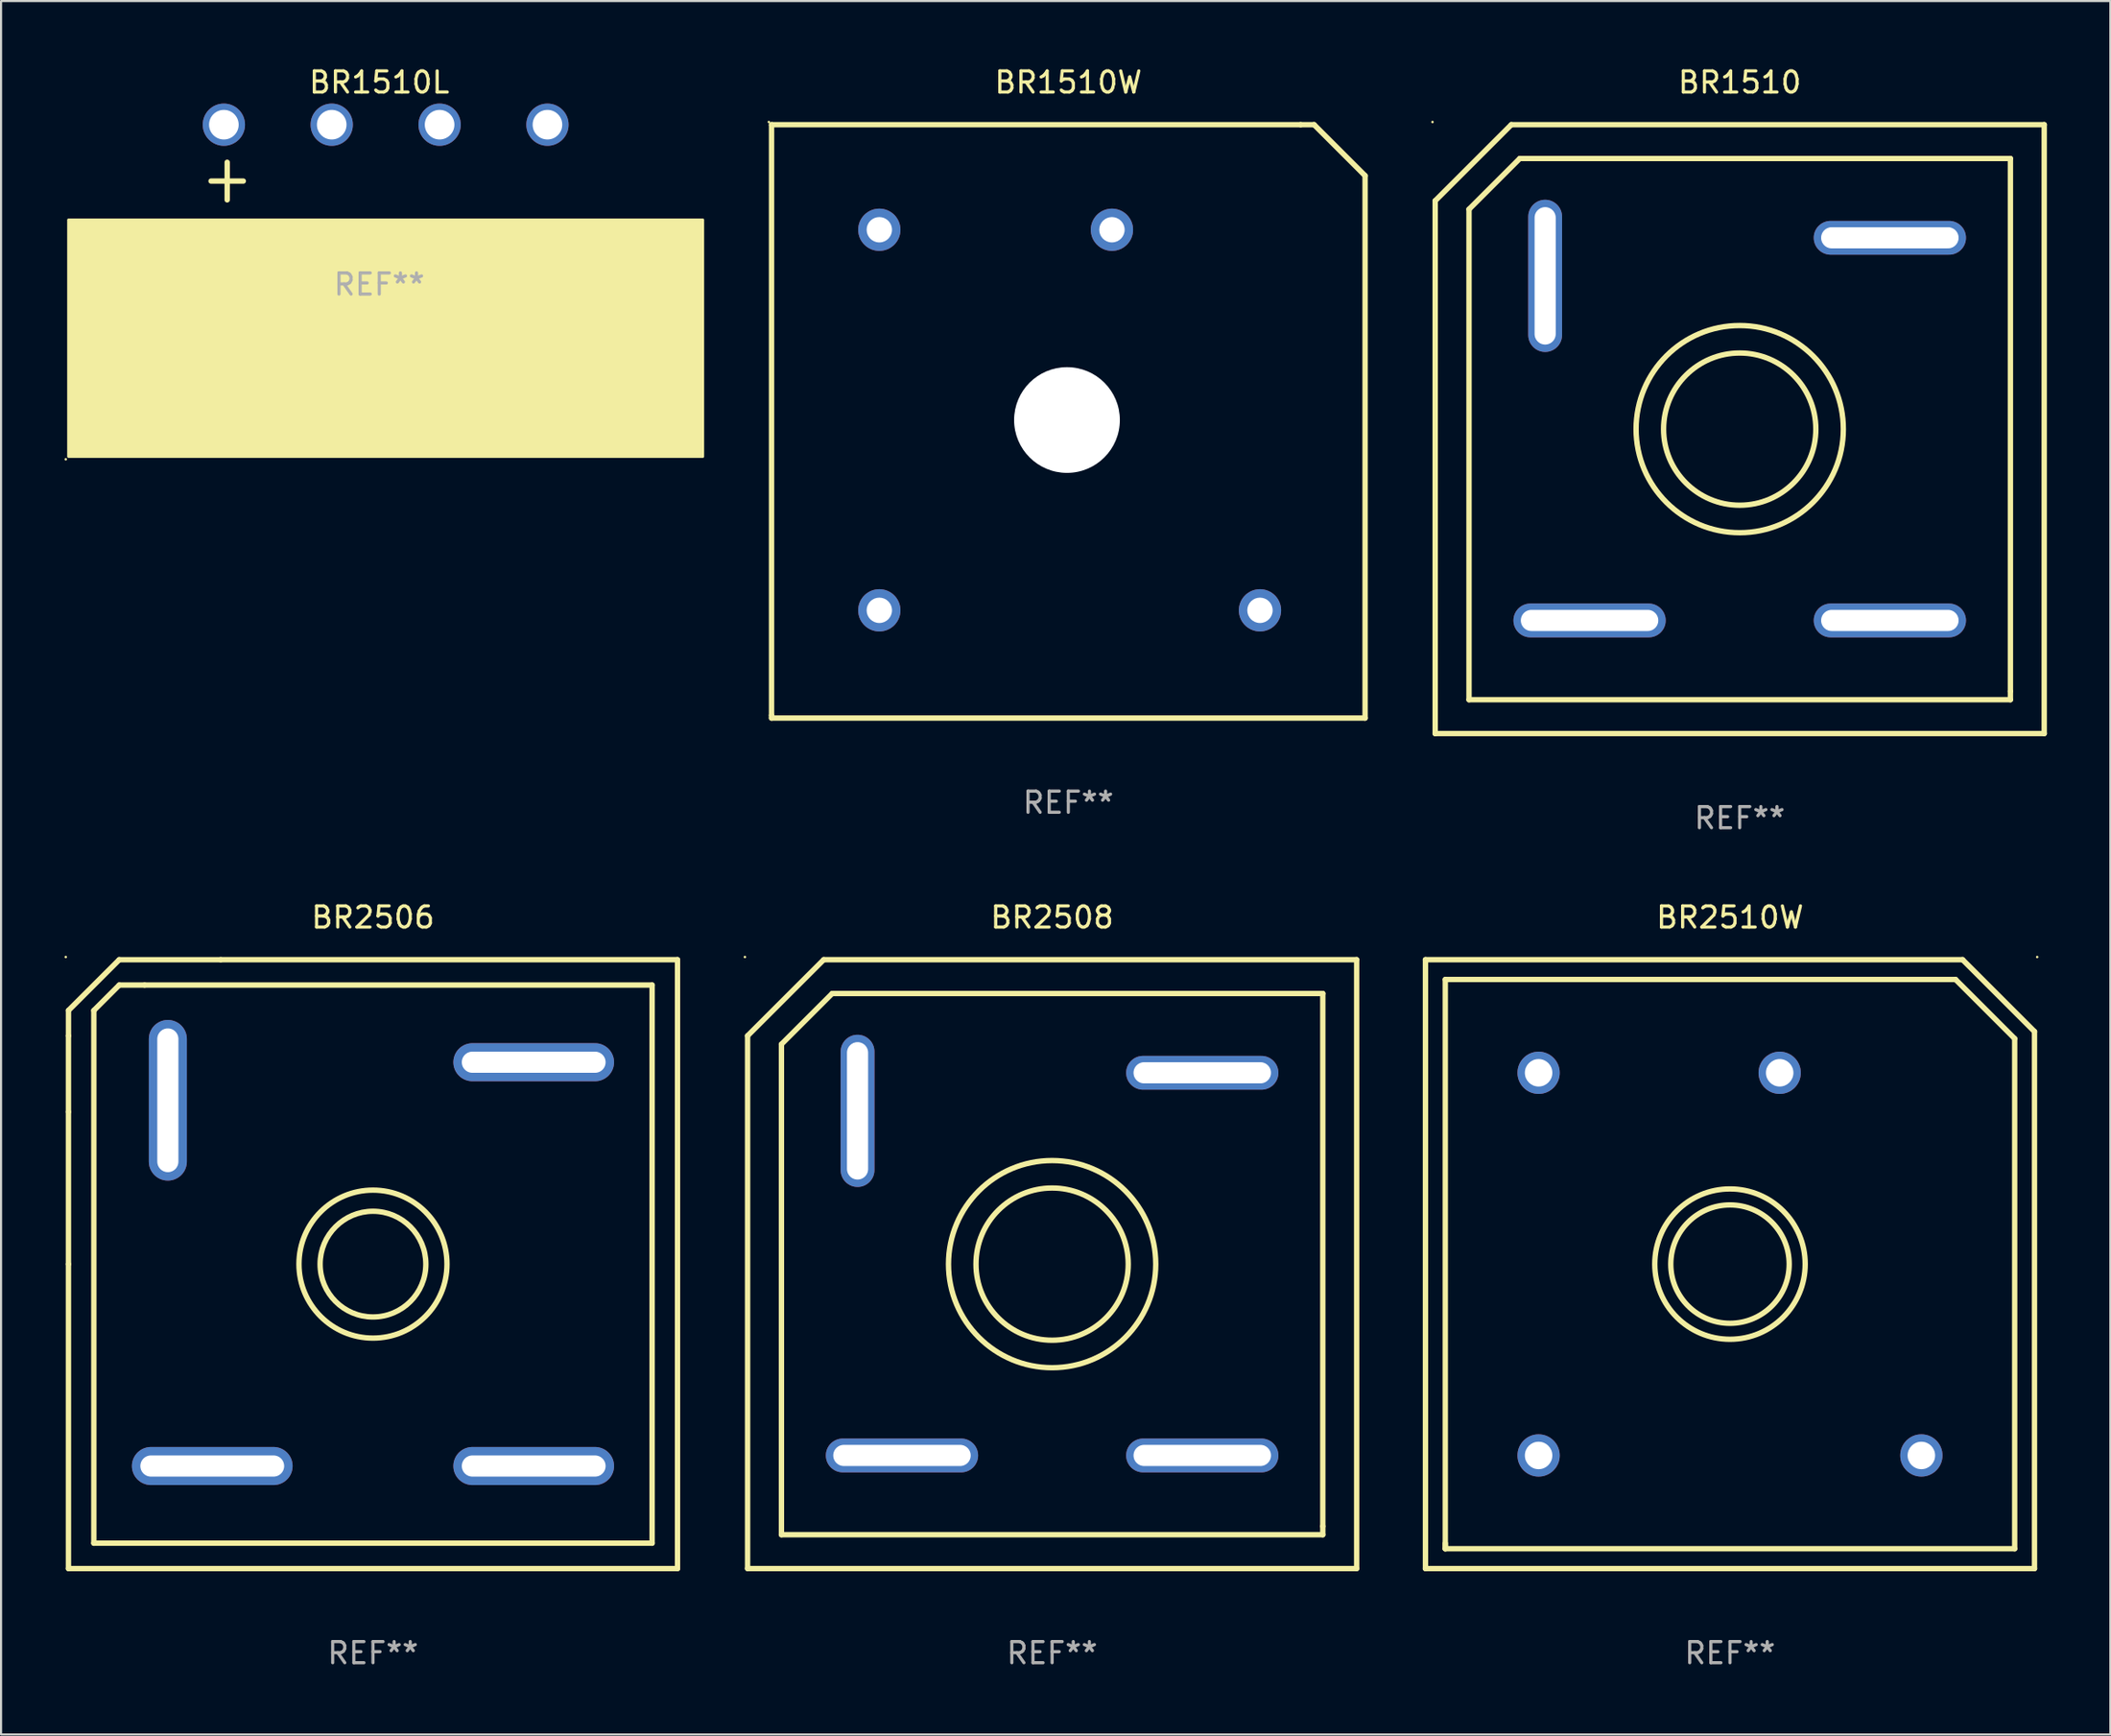
<source format=kicad_pcb>
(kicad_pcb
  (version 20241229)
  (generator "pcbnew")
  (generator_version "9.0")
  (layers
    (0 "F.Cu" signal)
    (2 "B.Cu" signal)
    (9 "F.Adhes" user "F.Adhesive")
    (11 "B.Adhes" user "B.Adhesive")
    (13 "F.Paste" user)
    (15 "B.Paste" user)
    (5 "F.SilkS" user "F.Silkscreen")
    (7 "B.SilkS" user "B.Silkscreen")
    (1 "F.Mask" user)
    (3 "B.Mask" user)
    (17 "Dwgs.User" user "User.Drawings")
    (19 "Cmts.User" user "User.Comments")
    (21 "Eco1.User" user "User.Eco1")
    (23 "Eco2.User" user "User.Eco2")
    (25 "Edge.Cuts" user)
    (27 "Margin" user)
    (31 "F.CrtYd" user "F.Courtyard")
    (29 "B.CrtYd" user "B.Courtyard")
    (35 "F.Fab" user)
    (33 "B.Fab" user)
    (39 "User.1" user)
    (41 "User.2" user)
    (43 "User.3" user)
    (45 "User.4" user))
  (footprint "BR1510L"
    (layer "F.Cu")
    (at 14.884 4.626)
    (property "Reference" "BR1510L" (at 0 -3.778 0) (layer "F.SilkS") (effects (font (size 1 1) (thickness 0.15))))
    (attr through_hole)
    (fp_line (start -7.953 0.889) (end -6.429 0.889) (stroke (width 0.254) (type solid)) (layer "F.SilkS"))
    (fp_line (start -7.191 0) (end -7.191 1.778) (stroke (width 0.254) (type solid)) (layer "F.SilkS"))
    (fp_circle (center -14.824 14.049) (end -14.794 14.049) (stroke (width 0.06) (type solid)) (fill no) (layer "F.SilkS"))
    (fp_poly (pts (xy -14.697 2.722) (xy 15.303 2.722) (xy 15.303 13.922) (xy -14.697 13.922)) (stroke (width 0.12) (type solid)) (fill yes) (layer "F.SilkS"))
    (fp_text user "REF**" (at 0 5.778 0) (layer "F.Fab") (effects (font (size 1 1) (thickness 0.15))))
    (pad "1" thru_hole circle (at -7.348 -1.778) (size 2 2) (drill 1.4) (layers "*.Cu" "*.Mask"))
    (pad "2" thru_hole circle (at -2.248 -1.778) (size 2 2) (drill 1.4) (layers "*.Cu" "*.Mask"))
    (pad "3" thru_hole circle (at 2.853 -1.778) (size 2 2) (drill 1.4) (layers "*.Cu" "*.Mask"))
    (pad "4" thru_hole circle (at 7.953 -1.778) (size 2 2) (drill 1.4) (layers "*.Cu" "*.Mask")))
  (footprint "BR2506"
    (layer "F.Cu")
    (at 14.587 56.745)
    (property "Reference" "BR2506" (at 0 -16.4 0) (layer "F.SilkS") (effects (font (size 1 1) (thickness 0.15))))
    (attr through_hole)
    (fp_line (start -14.4 -10.8) (end -14.4 -7.2) (stroke (width 0.254) (type solid)) (layer "F.SilkS"))
    (fp_line (start -14.4 0) (end -14.4 -7.2) (stroke (width 0.254) (type solid)) (layer "F.SilkS"))
    (fp_line (start -14.4 14.4) (end -14.4 0) (stroke (width 0.254) (type solid)) (layer "F.SilkS"))
    (fp_line (start -14.399 -11.999) (end -14.399 -10.8) (stroke (width 0.254) (type solid)) (layer "F.SilkS"))
    (fp_line (start -13.2 -11.999) (end -11.999 -13.2) (stroke (width 0.254) (type solid)) (layer "F.SilkS"))
    (fp_line (start -13.2 13.2) (end -13.2 -11.999) (stroke (width 0.254) (type solid)) (layer "F.SilkS"))
    (fp_line (start -11.999 -14.399) (end -14.399 -11.999) (stroke (width 0.254) (type solid)) (layer "F.SilkS"))
    (fp_line (start -11.999 -13.2) (end -10.8 -13.2) (stroke (width 0.254) (type solid)) (layer "F.SilkS"))
    (fp_line (start -10.8 -13.2) (end 13.2 -13.2) (stroke (width 0.254) (type solid)) (layer "F.SilkS"))
    (fp_line (start -7.201 -14.399) (end -11.999 -14.399) (stroke (width 0.254) (type solid)) (layer "F.SilkS"))
    (fp_line (start 13.2 -13.2) (end 13.2 13.2) (stroke (width 0.254) (type solid)) (layer "F.SilkS"))
    (fp_line (start 13.2 13.2) (end -13.2 13.2) (stroke (width 0.254) (type solid)) (layer "F.SilkS"))
    (fp_line (start 14.4 -14.4) (end -7.2 -14.4) (stroke (width 0.254) (type solid)) (layer "F.SilkS"))
    (fp_line (start 14.4 -14.4) (end 14.4 14.4) (stroke (width 0.254) (type solid)) (layer "F.SilkS"))
    (fp_line (start 14.4 14.4) (end -14.4 14.4) (stroke (width 0.254) (type solid)) (layer "F.SilkS"))
    (fp_circle (center -14.527 -14.527) (end -14.497 -14.527) (stroke (width 0.06) (type solid)) (fill no) (layer "F.SilkS"))
    (fp_circle (center 0 0) (end 2.5 0) (stroke (width 0.254) (type solid)) (fill no) (layer "F.SilkS"))
    (fp_circle (center 0 0) (end 3.5 0) (stroke (width 0.254) (type solid)) (fill no) (layer "F.SilkS"))
    (fp_text user "REF**" (at 0 18.4 0) (layer "F.Fab") (effects (font (size 1 1) (thickness 0.15))))
    (pad "1" thru_hole oval (at -9.7 -7.75) (size 1.8 7.6) (drill oval 1 6.8) (layers "*.Cu" "*.Mask"))
    (pad "2" thru_hole oval (at -7.6 9.55 90) (size 1.8 7.6) (drill oval 1 6.8) (layers "*.Cu" "*.Mask"))
    (pad "3" thru_hole oval (at 7.6 9.55 90) (size 1.8 7.6) (drill oval 1 6.8) (layers "*.Cu" "*.Mask"))
    (pad "4" thru_hole oval (at 7.6 -9.55 90) (size 1.8 7.6) (drill oval 1 6.8) (layers "*.Cu" "*.Mask")))
  (footprint "BR2508"
    (layer "F.Cu")
    (at 46.701 56.745)
    (property "Reference" "BR2508" (at 0 -16.4 0) (layer "F.SilkS") (effects (font (size 1 1) (thickness 0.15))))
    (attr through_hole)
    (fp_line (start -14.4 -10.8) (end -10.8 -14.4) (stroke (width 0.254) (type solid)) (layer "F.SilkS"))
    (fp_line (start -14.4 14.4) (end -14.4 -10.8) (stroke (width 0.254) (type solid)) (layer "F.SilkS"))
    (fp_line (start -12.8 -10.4) (end -10.4 -12.8) (stroke (width 0.254) (type solid)) (layer "F.SilkS"))
    (fp_line (start -12.8 12.8) (end -12.8 -10.4) (stroke (width 0.254) (type solid)) (layer "F.SilkS"))
    (fp_line (start -10.8 -14.4) (end 14.4 -14.4) (stroke (width 0.254) (type solid)) (layer "F.SilkS"))
    (fp_line (start -10.4 -12.8) (end 12.8 -12.8) (stroke (width 0.254) (type solid)) (layer "F.SilkS"))
    (fp_line (start 12.8 -12.8) (end 12.8 12.4) (stroke (width 0.254) (type solid)) (layer "F.SilkS"))
    (fp_line (start 12.8 12.4) (end 12.8 12.8) (stroke (width 0.254) (type solid)) (layer "F.SilkS"))
    (fp_line (start 12.8 12.8) (end -12.8 12.8) (stroke (width 0.254) (type solid)) (layer "F.SilkS"))
    (fp_line (start 14.4 -14.4) (end 14.4 14.4) (stroke (width 0.254) (type solid)) (layer "F.SilkS"))
    (fp_line (start 14.4 14.4) (end -14.4 14.4) (stroke (width 0.254) (type solid)) (layer "F.SilkS"))
    (fp_circle (center -14.527 -14.527) (end -14.497 -14.527) (stroke (width 0.06) (type solid)) (fill no) (layer "F.SilkS"))
    (fp_circle (center 0 0) (end 3.6 0) (stroke (width 0.254) (type solid)) (fill no) (layer "F.SilkS"))
    (fp_circle (center 0 0) (end 4.9 0) (stroke (width 0.254) (type solid)) (fill no) (layer "F.SilkS"))
    (fp_text user "REF**" (at 0 18.4 0) (layer "F.Fab") (effects (font (size 1 1) (thickness 0.15))))
    (pad "1" thru_hole oval (at -9.2 -7.25 180) (size 1.6 7.2) (drill oval 1 6.5) (layers "*.Cu" "*.Mask"))
    (pad "2" thru_hole oval (at 7.1 -9.05 90) (size 1.6 7.2) (drill oval 1 6.5) (layers "*.Cu" "*.Mask"))
    (pad "3" thru_hole oval (at 7.1 9.05 90) (size 1.6 7.2) (drill oval 1 6.5) (layers "*.Cu" "*.Mask"))
    (pad "4" thru_hole oval (at -7.1 9.05 90) (size 1.6 7.2) (drill oval 1 6.5) (layers "*.Cu" "*.Mask")))
  (footprint "BR1510"
    (layer "F.Cu")
    (at 79.215 17.248)
    (property "Reference" "BR1510" (at 0 -16.4 0) (layer "F.SilkS") (effects (font (size 1 1) (thickness 0.15))))
    (attr through_hole)
    (fp_line (start -14.4 -10.8) (end -10.8 -14.4) (stroke (width 0.254) (type solid)) (layer "F.SilkS"))
    (fp_line (start -14.4 14.4) (end -14.4 -10.8) (stroke (width 0.254) (type solid)) (layer "F.SilkS"))
    (fp_line (start -12.8 -10.4) (end -10.4 -12.8) (stroke (width 0.254) (type solid)) (layer "F.SilkS"))
    (fp_line (start -12.8 12.8) (end -12.8 -10.4) (stroke (width 0.254) (type solid)) (layer "F.SilkS"))
    (fp_line (start -10.8 -14.4) (end 14.4 -14.4) (stroke (width 0.254) (type solid)) (layer "F.SilkS"))
    (fp_line (start -10.4 -12.8) (end 12.8 -12.8) (stroke (width 0.254) (type solid)) (layer "F.SilkS"))
    (fp_line (start 12.8 -12.8) (end 12.8 12.4) (stroke (width 0.254) (type solid)) (layer "F.SilkS"))
    (fp_line (start 12.8 12.4) (end 12.8 12.8) (stroke (width 0.254) (type solid)) (layer "F.SilkS"))
    (fp_line (start 12.8 12.8) (end -12.8 12.8) (stroke (width 0.254) (type solid)) (layer "F.SilkS"))
    (fp_line (start 14.4 -14.4) (end 14.4 14.4) (stroke (width 0.254) (type solid)) (layer "F.SilkS"))
    (fp_line (start 14.4 14.4) (end -14.4 14.4) (stroke (width 0.254) (type solid)) (layer "F.SilkS"))
    (fp_circle (center -14.527 -14.527) (end -14.497 -14.527) (stroke (width 0.06) (type solid)) (fill no) (layer "F.SilkS"))
    (fp_circle (center 0 0) (end 3.6 0) (stroke (width 0.254) (type solid)) (fill no) (layer "F.SilkS"))
    (fp_circle (center 0 0) (end 4.9 0) (stroke (width 0.254) (type solid)) (fill no) (layer "F.SilkS"))
    (fp_text user "REF**" (at 0 18.4 0) (layer "F.Fab") (effects (font (size 1 1) (thickness 0.15))))
    (pad "1" thru_hole oval (at -9.2 -7.25 180) (size 1.6 7.2) (drill oval 1 6.5) (layers "*.Cu" "*.Mask"))
    (pad "2" thru_hole oval (at 7.1 -9.05 90) (size 1.6 7.2) (drill oval 1 6.5) (layers "*.Cu" "*.Mask"))
    (pad "3" thru_hole oval (at 7.1 9.05 90) (size 1.6 7.2) (drill oval 1 6.5) (layers "*.Cu" "*.Mask"))
    (pad "4" thru_hole oval (at -7.1 9.05 90) (size 1.6 7.2) (drill oval 1 6.5) (layers "*.Cu" "*.Mask")))
  (footprint "BR2510W"
    (layer "F.Cu")
    (at 78.755 56.745)
    (property "Reference" "BR2510W" (at 0 -16.4 0) (layer "F.SilkS") (effects (font (size 1 1) (thickness 0.15))))
    (attr through_hole)
    (fp_line (start -14.4 14.4) (end 14.4 14.4) (stroke (width 0.254) (type solid)) (layer "F.SilkS"))
    (fp_line (start -14.4 14.4) (end -14.4 -14.4) (stroke (width 0.254) (type solid)) (layer "F.SilkS"))
    (fp_line (start -13.462 -13.462) (end 10.668 -13.462) (stroke (width 0.254) (type solid)) (layer "F.SilkS"))
    (fp_line (start -13.462 13.462) (end -13.462 -13.462) (stroke (width 0.254) (type solid)) (layer "F.SilkS"))
    (fp_line (start -13.462 13.462) (end -13.462 13.208) (stroke (width 0.254) (type solid)) (layer "F.SilkS"))
    (fp_line (start 10.668 -13.462) (end 13.462 -10.668) (stroke (width 0.254) (type solid)) (layer "F.SilkS"))
    (fp_line (start 11 -14.4) (end -14.4 -14.4) (stroke (width 0.254) (type solid)) (layer "F.SilkS"))
    (fp_line (start 11 -14.4) (end 14.4 -11) (stroke (width 0.254) (type solid)) (layer "F.SilkS"))
    (fp_line (start 13.462 -10.668) (end 13.462 13.462) (stroke (width 0.254) (type solid)) (layer "F.SilkS"))
    (fp_line (start 13.462 13.462) (end -13.462 13.462) (stroke (width 0.254) (type solid)) (layer "F.SilkS"))
    (fp_line (start 14.4 14.4) (end 14.4 -11) (stroke (width 0.254) (type solid)) (layer "F.SilkS"))
    (fp_circle (center 0 -0.000381) (end 2.8 -0.000381) (stroke (width 0.254) (type solid)) (fill no) (layer "F.SilkS"))
    (fp_circle (center 0 -0.000381) (end 3.556 -0.000381) (stroke (width 0.254) (type solid)) (fill no) (layer "F.SilkS"))
    (fp_circle (center 14.527 -14.527) (end 14.557 -14.527) (stroke (width 0.06) (type solid)) (fill no) (layer "F.SilkS"))
    (fp_text user "REF**" (at 0 18.4 0) (layer "F.Fab") (effects (font (size 1 1) (thickness 0.15))))
    (pad "1" thru_hole circle (at 2.35 -9.05) (size 2 2) (drill 1.3) (layers "*.Cu" "*.Mask"))
    (pad "2" thru_hole circle (at 9.05 9.05) (size 2 2) (drill 1.3) (layers "*.Cu" "*.Mask"))
    (pad "3" thru_hole circle (at -9.05 9.05) (size 2 2) (drill 1.3) (layers "*.Cu" "*.Mask"))
    (pad "4" thru_hole circle (at -9.05 -9.05) (size 2 2) (drill 1.3) (layers "*.Cu" "*.Mask")))
  (footprint "BR1510W"
    (layer "F.Cu")
    (at 47.467 16.882)
    (property "Reference" "BR1510W" (at 0 -16.034 0) (layer "F.SilkS") (effects (font (size 1 1) (thickness 0.15))))
    (attr through_hole)
    (fp_line (start -14.034 -14.034) (end 10.986 -14.034) (stroke (width 0.254) (type solid)) (layer "F.SilkS"))
    (fp_line (start -14.034 13.907) (end -14.034 -14.034) (stroke (width 0.254) (type solid)) (layer "F.SilkS"))
    (fp_line (start -14.034 14.034) (end -14.034 13.907) (stroke (width 0.254) (type solid)) (layer "F.SilkS"))
    (fp_line (start 10.986 -14.034) (end 11.621 -14.034) (stroke (width 0.254) (type solid)) (layer "F.SilkS"))
    (fp_line (start 11.621 -14.034) (end 14.034 -11.621) (stroke (width 0.254) (type solid)) (layer "F.SilkS"))
    (fp_line (start 14.034 -11.621) (end 14.034 14.034) (stroke (width 0.254) (type solid)) (layer "F.SilkS"))
    (fp_line (start 14.034 14.034) (end -14.034 14.034) (stroke (width 0.254) (type solid)) (layer "F.SilkS"))
    (fp_circle (center -14.161 -14.161) (end -14.131 -14.161) (stroke (width 0.06) (type solid)) (fill no) (layer "F.SilkS"))
    (fp_text user "REF**" (at 0 18.034 0) (layer "F.Fab") (effects (font (size 1 1) (thickness 0.15))))
    (pad "" np_thru_hole circle (at -0.063 -0.064) (size 5 5) (drill 5) (layers "*.Cu" "*.Mask"))
    (pad "1" thru_hole circle (at -8.937 -9.064) (size 2 2) (drill 1.2) (layers "*.Cu" "*.Mask"))
    (pad "2" thru_hole circle (at 9.063 8.937) (size 2 2) (drill 1.2) (layers "*.Cu" "*.Mask"))
    (pad "3" thru_hole circle (at 2.063 -9.064) (size 2 2) (drill 1.2) (layers "*.Cu" "*.Mask"))
    (pad "4" thru_hole circle (at -8.937 8.937) (size 2 2) (drill 1.2) (layers "*.Cu" "*.Mask")))
  (gr_rect
    (start -3 -3)
    (end 96.742 78.994)
    (stroke (width 0.1) (type default))
    (fill no)
    (layer "Edge.Cuts")))
</source>
